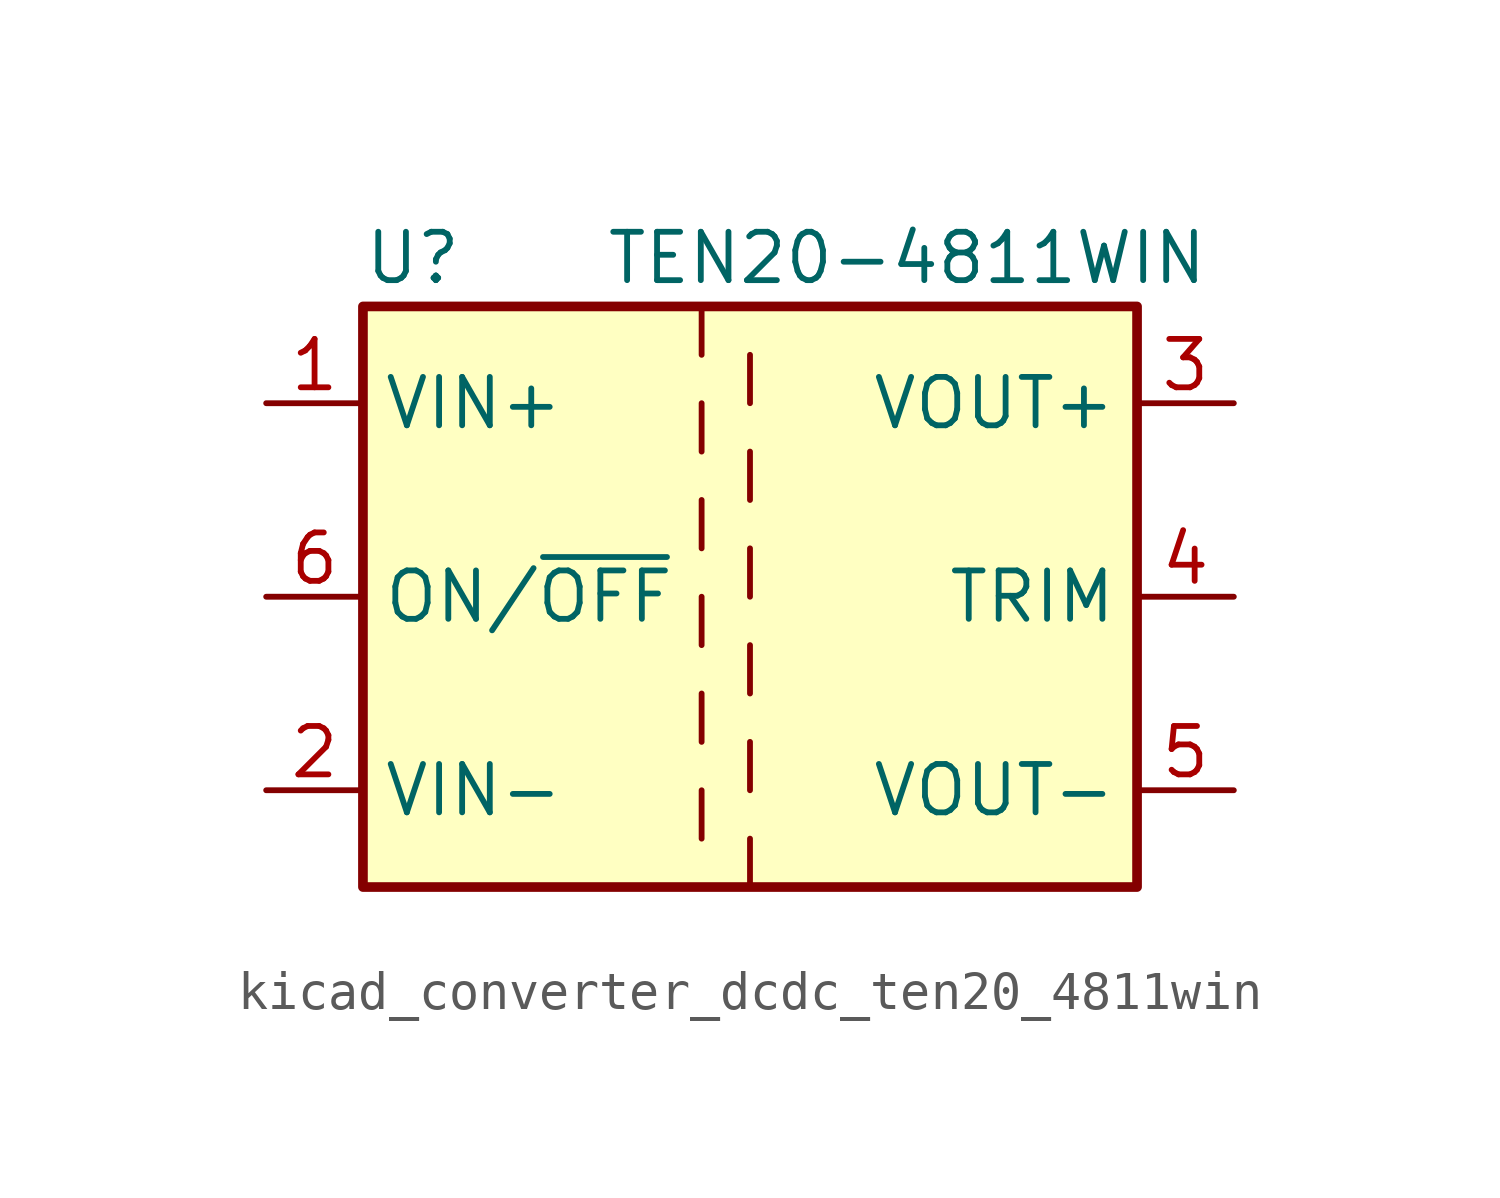
<source format=kicad_sym>
(kicad_symbol_lib
  (version 20220914)
  (generator kicad_symbol_editor)
  (symbol "kicad_converter_dcdc_ten20_4811win"
    (property "Reference" "U"
      (at -10.16 8.89 0)
      (effects (font (size 1.27 1.27)) (justify left)))
    (property "Value" "TEN20-4811WIN"
      (at -3.81 8.89 0)
      (effects (font (size 1.27 1.27)) (justify left)))
    (symbol "kicad_converter_dcdc_ten20_4811win_0_1"
      (rectangle (start -10.16 7.62) (end 10.16 -7.62) (stroke (width 0.254) (type default)) (fill (type background)))
      (polyline (pts (xy -1.27 -5.08) (xy -1.27 -6.35)) (stroke (width 0) (type default)) (fill (type none)))
      (polyline (pts (xy -1.27 -2.54) (xy -1.27 -3.81)) (stroke (width 0) (type default)) (fill (type none)))
      (polyline (pts (xy -1.27 0) (xy -1.27 -1.27)) (stroke (width 0) (type default)) (fill (type none)))
      (polyline (pts (xy -1.27 2.54) (xy -1.27 1.27)) (stroke (width 0) (type default)) (fill (type none)))
      (polyline (pts (xy -1.27 5.08) (xy -1.27 3.81)) (stroke (width 0) (type default)) (fill (type none)))
      (polyline (pts (xy -1.27 7.62) (xy -1.27 6.35)) (stroke (width 0) (type default)) (fill (type none)))
      (polyline (pts (xy 0 -7.62) (xy 0 -6.35)) (stroke (width 0) (type default)) (fill (type none)))
      (polyline (pts (xy 0 -5.08) (xy 0 -3.81)) (stroke (width 0) (type default)) (fill (type none)))
      (polyline (pts (xy 0 -1.27) (xy 0 -2.54)) (stroke (width 0) (type default)) (fill (type none)))
      (polyline (pts (xy 0 0) (xy 0 1.27)) (stroke (width 0) (type default)) (fill (type none)))
      (polyline (pts (xy 0 2.54) (xy 0 3.81)) (stroke (width 0) (type default)) (fill (type none)))
      (polyline (pts (xy 0 5.08) (xy 0 6.35)) (stroke (width 0) (type default)) (fill (type none))))
    (symbol "kicad_converter_dcdc_ten20_4811win_1_1"
      (pin power_in line (at -12.7 5.08 0) (length 2.54) (name "VIN+" (effects (font (size 1.27 1.27)))) (number "1" (effects (font (size 1.27 1.27)))))
      (pin power_in line (at -12.7 -5.08 0) (length 2.54) (name "VIN-" (effects (font (size 1.27 1.27)))) (number "2" (effects (font (size 1.27 1.27)))))
      (pin power_out line (at 12.7 5.08 180) (length 2.54) (name "VOUT+" (effects (font (size 1.27 1.27)))) (number "3" (effects (font (size 1.27 1.27)))))
      (pin passive line (at 12.7 0 180) (length 2.54) (name "TRIM" (effects (font (size 1.27 1.27)))) (number "4" (effects (font (size 1.27 1.27)))))
      (pin power_out line (at 12.7 -5.08 180) (length 2.54) (name "VOUT-" (effects (font (size 1.27 1.27)))) (number "5" (effects (font (size 1.27 1.27)))))
      (pin input line (at -12.7 0 0) (length 2.54) (name "ON/~{OFF}" (effects (font (size 1.27 1.27)))) (number "6" (effects (font (size 1.27 1.27))))))))
</source>
